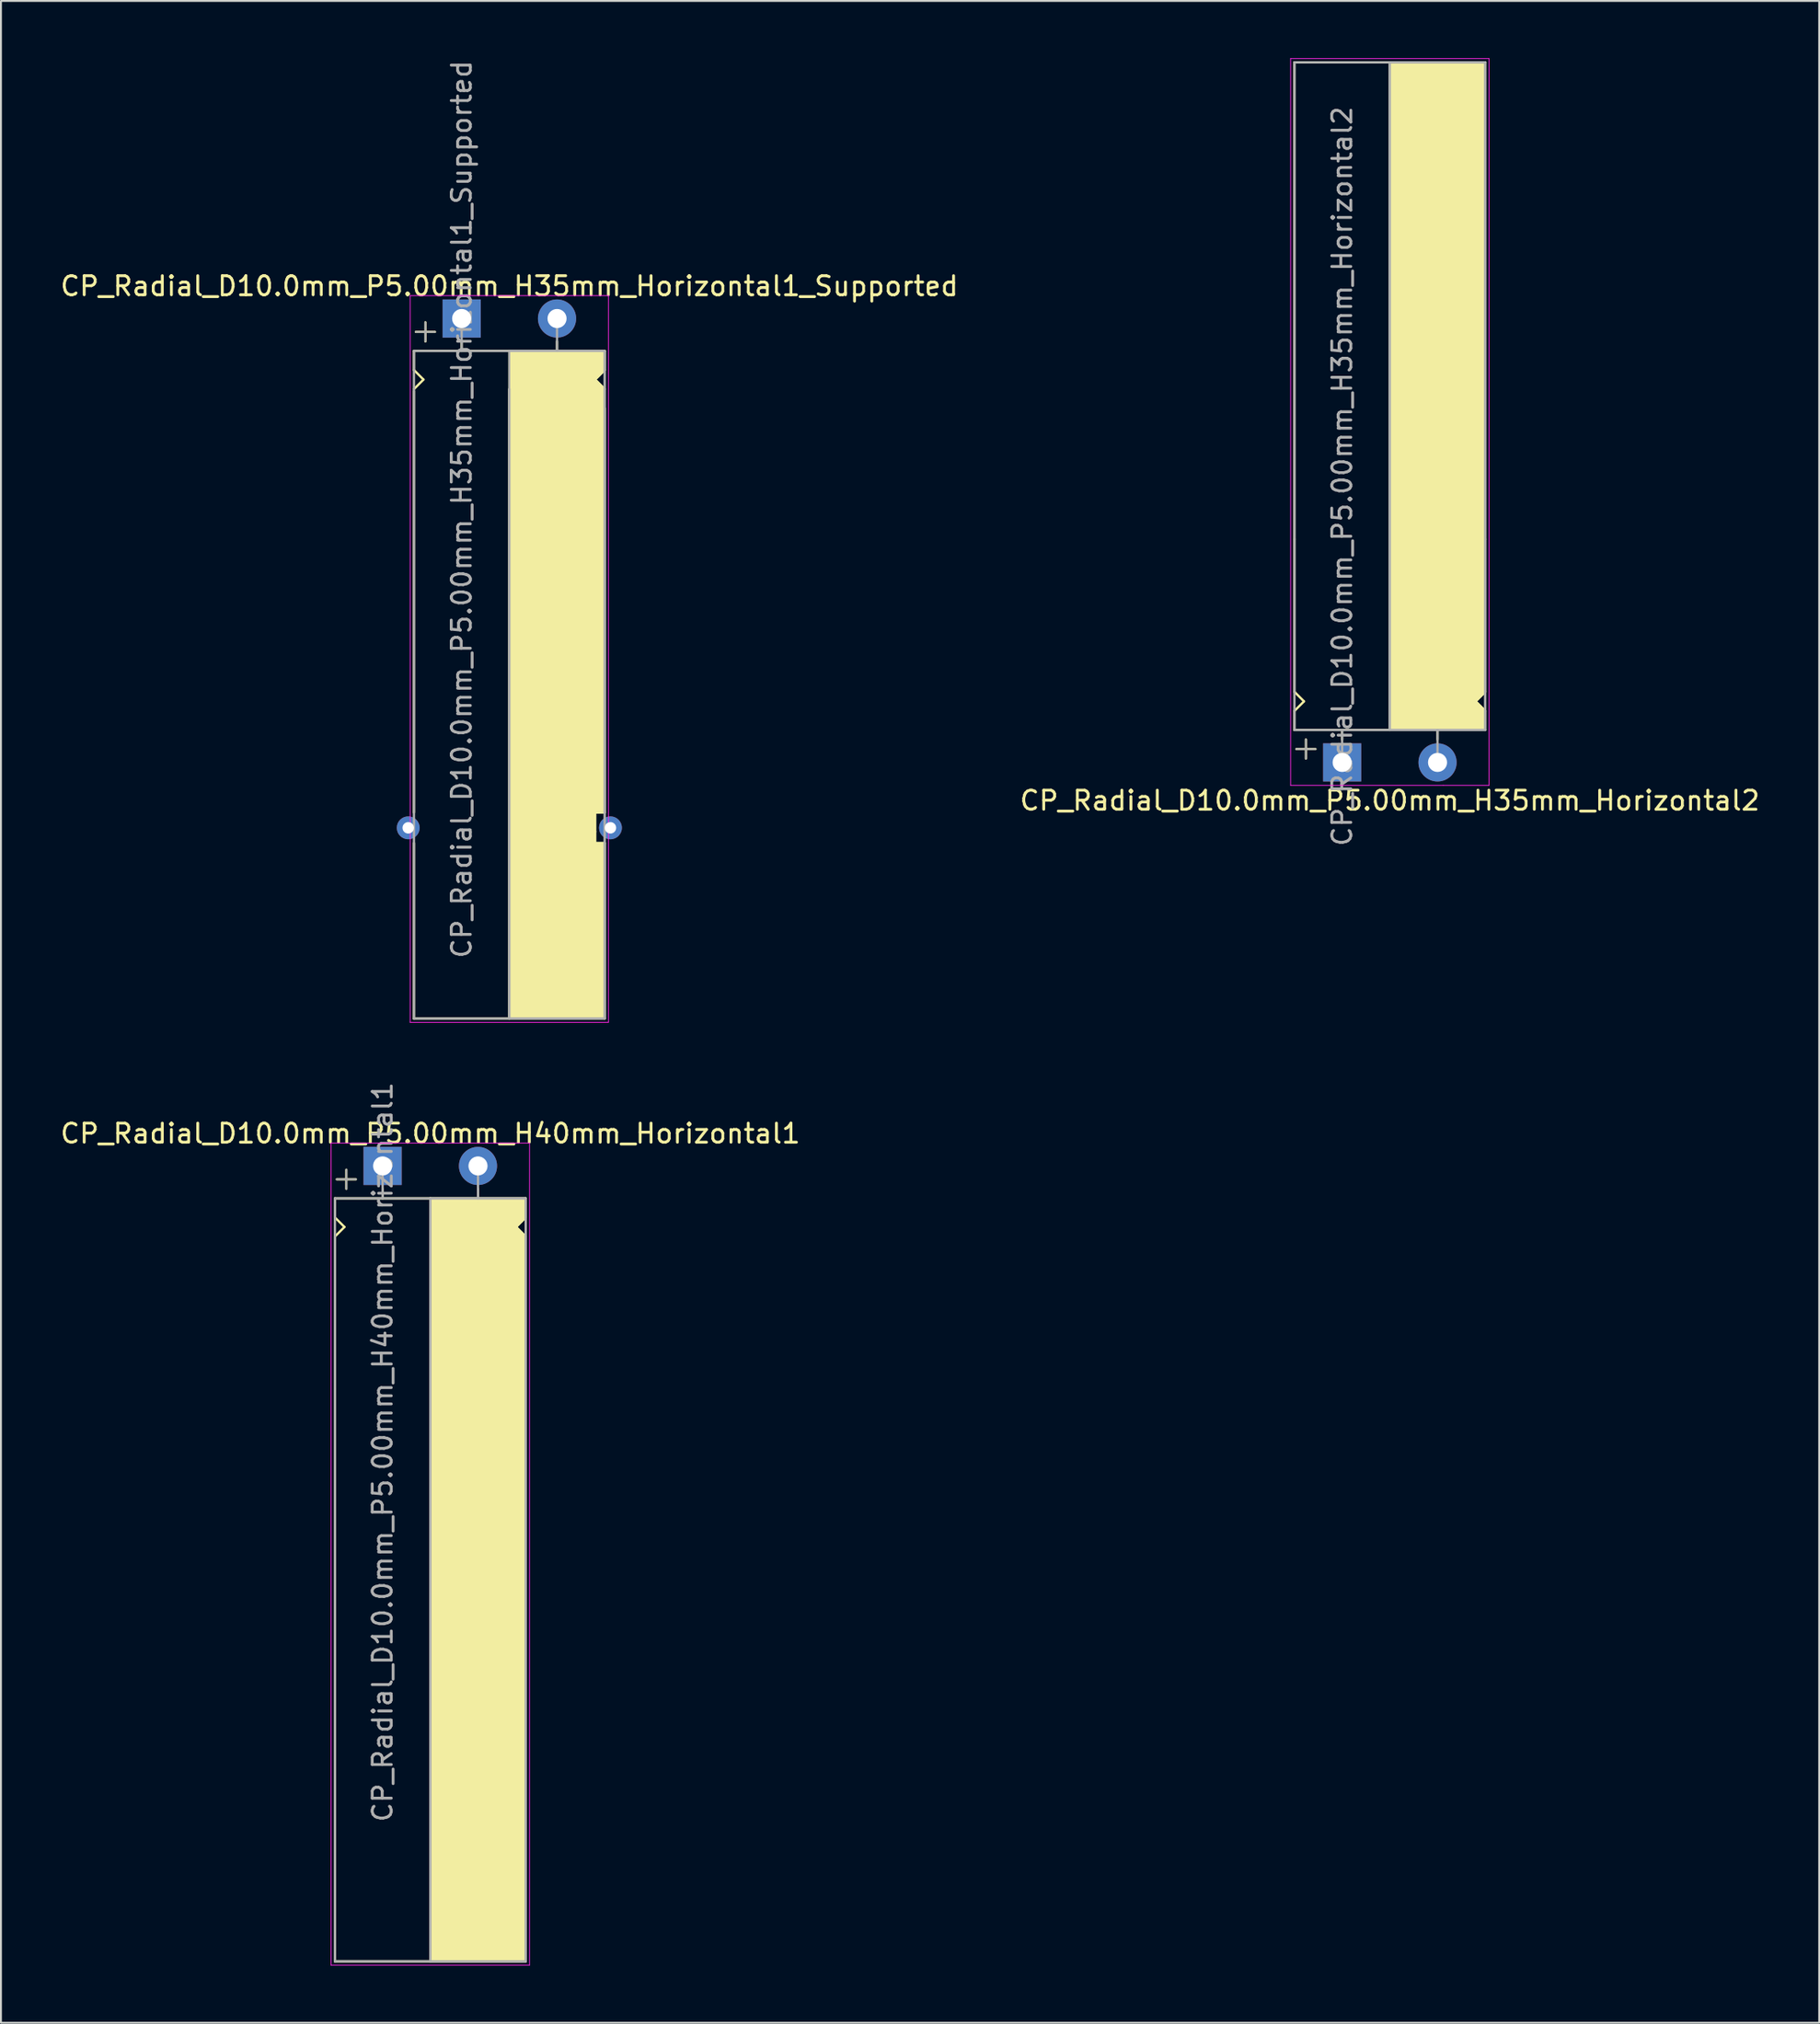
<source format=kicad_pcb>
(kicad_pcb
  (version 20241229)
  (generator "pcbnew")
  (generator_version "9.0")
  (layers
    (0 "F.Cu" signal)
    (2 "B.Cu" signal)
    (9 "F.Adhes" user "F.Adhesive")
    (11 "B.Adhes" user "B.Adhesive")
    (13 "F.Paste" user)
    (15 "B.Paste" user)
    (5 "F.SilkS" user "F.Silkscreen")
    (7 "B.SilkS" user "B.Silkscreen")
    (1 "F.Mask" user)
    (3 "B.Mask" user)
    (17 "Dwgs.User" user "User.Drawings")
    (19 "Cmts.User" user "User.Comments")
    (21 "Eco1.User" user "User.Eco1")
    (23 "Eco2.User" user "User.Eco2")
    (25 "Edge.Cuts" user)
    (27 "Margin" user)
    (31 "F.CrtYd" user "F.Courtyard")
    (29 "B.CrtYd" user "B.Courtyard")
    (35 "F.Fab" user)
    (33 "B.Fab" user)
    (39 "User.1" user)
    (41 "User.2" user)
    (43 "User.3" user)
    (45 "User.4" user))
  (footprint "CP_Radial_D10.0mm_P5.00mm_H35mm_Horizontal1_Supported"
    (layer "F.Cu")
    (at 21.149 13.649)
    (property "Reference" "CP_Radial_D10.0mm_P5.00mm_H35mm_Horizontal1_Supported" (at 2.5 -1.7 0) (layer "F.SilkS") (effects (font (size 1 1) (thickness 0.15))))
    (attr through_hole)
    (fp_line (start -2.5 1.7) (end -2.5 2.7) (stroke (width 0.12) (type solid)) (layer "F.SilkS"))
    (fp_line (start -2.5 2.7) (end -2 3.2) (stroke (width 0.12) (type solid)) (layer "F.SilkS"))
    (fp_line (start -2.5 3.8) (end -2.5 25.9) (stroke (width 0.12) (type solid)) (layer "F.SilkS"))
    (fp_line (start -2.5 27.5) (end -2.5 36.7) (stroke (width 0.12) (type solid)) (layer "F.SilkS"))
    (fp_line (start -2.5 36.7) (end 7.5 36.7) (stroke (width 0.12) (type solid)) (layer "F.SilkS"))
    (fp_line (start -2 3.2) (end -2.5 3.7) (stroke (width 0.12) (type solid)) (layer "F.SilkS"))
    (fp_line (start -1.9 0.2) (end -1.9 1.2) (stroke (width 0.12) (type solid)) (layer "F.SilkS"))
    (fp_line (start -1.4 0.7) (end -2.4 0.7) (stroke (width 0.12) (type solid)) (layer "F.SilkS"))
    (fp_line (start 0 1.7) (end 0 1.2) (stroke (width 0.12) (type solid)) (layer "F.SilkS"))
    (fp_line (start 2.5 1.7) (end -2.5 1.7) (stroke (width 0.12) (type solid)) (layer "F.SilkS"))
    (fp_line (start 2.5 36.7) (end 2.5 3.7) (stroke (width 0.12) (type solid)) (layer "F.SilkS"))
    (fp_line (start 5 1.7) (end 5 1.2) (stroke (width 0.12) (type solid)) (layer "F.SilkS"))
    (fp_line (start 7 3.2) (end 7.5 3.7) (stroke (width 0.12) (type solid)) (layer "F.SilkS"))
    (fp_line (start 7 25.9) (end 7.5 25.9) (stroke (width 0.12) (type solid)) (layer "F.SilkS"))
    (fp_line (start 7 26.9) (end 7 25.9) (stroke (width 0.12) (type solid)) (layer "F.SilkS"))
    (fp_line (start 7 27.5) (end 7 26.9) (stroke (width 0.12) (type solid)) (layer "F.SilkS"))
    (fp_line (start 7.5 1.7) (end 2.5 1.7) (stroke (width 0.12) (type solid)) (layer "F.SilkS"))
    (fp_line (start 7.5 1.7) (end 7.5 2.7) (stroke (width 0.12) (type solid)) (layer "F.SilkS"))
    (fp_line (start 7.5 2.7) (end 7 3.2) (stroke (width 0.12) (type solid)) (layer "F.SilkS"))
    (fp_line (start 7.5 4.7) (end 7.5 25.9) (stroke (width 0.12) (type solid)) (layer "F.SilkS"))
    (fp_line (start 7.5 27.5) (end 7 27.5) (stroke (width 0.12) (type solid)) (layer "F.SilkS"))
    (fp_line (start 7.5 27.5) (end 7.5 36.7) (stroke (width 0.12) (type solid)) (layer "F.SilkS"))
    (fp_poly (pts (xy 7.5 2.7) (xy 7 3.2) (xy 7.5 3.7) (xy 7.5 25.9) (xy 7 25.9) (xy 7 27.5) (xy 7.5 27.5) (xy 7.5 36.7) (xy 2.5 36.7) (xy 2.5 1.7) (xy 7.5 1.7)) (stroke (width 0.1) (type solid)) (fill yes) (layer "F.SilkS"))
    (fp_line (start -2.7 -1.2) (end 5.3 -1.2) (stroke (width 0.04) (type solid)) (layer "F.CrtYd"))
    (fp_line (start -2.7 36.9) (end -2.7 -1.2) (stroke (width 0.04) (type solid)) (layer "F.CrtYd"))
    (fp_line (start 5.3 -1.2) (end 7.7 -1.2) (stroke (width 0.04) (type solid)) (layer "F.CrtYd"))
    (fp_line (start 7.7 -1.2) (end 7.7 36.9) (stroke (width 0.04) (type solid)) (layer "F.CrtYd"))
    (fp_line (start 7.7 36.9) (end -2.7 36.9) (stroke (width 0.04) (type solid)) (layer "F.CrtYd"))
    (fp_line (start -2.5 1.7) (end -2.5 36.7) (stroke (width 0.12) (type solid)) (layer "F.Fab"))
    (fp_line (start -2.5 36.7) (end 7.5 36.7) (stroke (width 0.12) (type solid)) (layer "F.Fab"))
    (fp_line (start -2.4 0.7) (end -1.4 0.7) (stroke (width 0.1) (type solid)) (layer "F.Fab"))
    (fp_line (start -1.9 1.2) (end -1.9 0.2) (stroke (width 0.1) (type solid)) (layer "F.Fab"))
    (fp_line (start 0 1.7) (end 0 0) (stroke (width 0.12) (type solid)) (layer "F.Fab"))
    (fp_line (start 2.5 3.7) (end 2.5 36.7) (stroke (width 0.12) (type solid)) (layer "F.Fab"))
    (fp_line (start 5 1.7) (end 5 0) (stroke (width 0.12) (type solid)) (layer "F.Fab"))
    (fp_line (start 7.5 1.7) (end -2.5 1.7) (stroke (width 0.12) (type solid)) (layer "F.Fab"))
    (fp_line (start 7.5 36.7) (end 7.5 1.7) (stroke (width 0.12) (type solid)) (layer "F.Fab"))
    (fp_poly (pts (xy 7.5 36.7) (xy 2.5 36.7) (xy 2.5 1.7) (xy 7.5 1.7)) (stroke (width 0.1) (type solid)) (fill no) (layer "F.Fab"))
    (fp_text user "${REFERENCE}" (at 0 10 90) (layer "F.Fab") (effects (font (size 1 1) (thickness 0.15))))
    (pad "" thru_hole circle (at -2.8 26.7) (size 1.2 1.2) (drill 0.6) (layers "*.Cu" "*.Mask"))
    (pad "" thru_hole circle (at 7.8 26.7) (size 1.2 1.2) (drill 0.6) (layers "*.Cu" "*.Mask"))
    (pad "1" thru_hole rect (at 0 0) (size 2 2) (drill 1) (layers "*.Cu" "*.Mask"))
    (pad "2" thru_hole circle (at 5 0) (size 2 2) (drill 1) (layers "*.Cu" "*.Mask")))
  (footprint "CP_Radial_D10.0mm_P5.00mm_H35mm_Horizontal2"
    (layer "F.Cu")
    (at 67.304 36.92)
    (property "Reference" "CP_Radial_D10.0mm_P5.00mm_H35mm_Horizontal2" (at 2.5 2 0) (layer "F.SilkS") (effects (font (size 1 1) (thickness 0.15))))
    (attr through_hole)
    (fp_line (start -2.5 -36.7) (end 7.5 -36.7) (stroke (width 0.12) (type solid)) (layer "F.SilkS"))
    (fp_line (start -2.5 -11.7) (end -2.5 -36.7) (stroke (width 0.12) (type solid)) (layer "F.SilkS"))
    (fp_line (start -2.5 -3.7) (end -2.5 -11.7) (stroke (width 0.12) (type solid)) (layer "F.SilkS"))
    (fp_line (start -2.5 -2.7) (end -2 -3.2) (stroke (width 0.12) (type solid)) (layer "F.SilkS"))
    (fp_line (start -2.5 -1.7) (end -2.5 -2.7) (stroke (width 0.12) (type solid)) (layer "F.SilkS"))
    (fp_line (start -2 -3.2) (end -2.5 -3.7) (stroke (width 0.12) (type solid)) (layer "F.SilkS"))
    (fp_line (start -1.9 -1.2) (end -1.9 -0.2) (stroke (width 0.12) (type solid)) (layer "F.SilkS"))
    (fp_line (start -1.4 -0.7) (end -2.4 -0.7) (stroke (width 0.12) (type solid)) (layer "F.SilkS"))
    (fp_line (start 0 -1.7) (end 0 -1.2) (stroke (width 0.12) (type solid)) (layer "F.SilkS"))
    (fp_line (start 2.5 -36.7) (end 2.5 -1.7) (stroke (width 0.12) (type solid)) (layer "F.SilkS"))
    (fp_line (start 2.5 -1.7) (end -2.5 -1.7) (stroke (width 0.12) (type solid)) (layer "F.SilkS"))
    (fp_line (start 5 -1.7) (end 5 -1.2) (stroke (width 0.12) (type solid)) (layer "F.SilkS"))
    (fp_line (start 7 -3.2) (end 7.5 -3.7) (stroke (width 0.12) (type solid)) (layer "F.SilkS"))
    (fp_line (start 7.5 -11.7) (end 7.5 -36.7) (stroke (width 0.12) (type solid)) (layer "F.SilkS"))
    (fp_line (start 7.5 -3.7) (end 7.5 -11.7) (stroke (width 0.12) (type solid)) (layer "F.SilkS"))
    (fp_line (start 7.5 -2.7) (end 7 -3.2) (stroke (width 0.12) (type solid)) (layer "F.SilkS"))
    (fp_line (start 7.5 -1.7) (end 2.5 -1.7) (stroke (width 0.12) (type solid)) (layer "F.SilkS"))
    (fp_line (start 7.5 -1.7) (end 7.5 -2.7) (stroke (width 0.12) (type solid)) (layer "F.SilkS"))
    (fp_poly (pts (xy 7.5 -2.7) (xy 7 -3.2) (xy 7.5 -3.7) (xy 7.5 -36.7) (xy 2.5 -36.7) (xy 2.5 -1.7) (xy 7.5 -1.7)) (stroke (width 0.1) (type solid)) (fill yes) (layer "F.SilkS"))
    (fp_line (start -2.7 -36.9) (end -2.7 1.2) (stroke (width 0.04) (type solid)) (layer "F.CrtYd"))
    (fp_line (start -2.7 1.2) (end 5.3 1.2) (stroke (width 0.04) (type solid)) (layer "F.CrtYd"))
    (fp_line (start 5.3 1.2) (end 7.7 1.2) (stroke (width 0.04) (type solid)) (layer "F.CrtYd"))
    (fp_line (start 7.7 -36.9) (end -2.7 -36.9) (stroke (width 0.04) (type solid)) (layer "F.CrtYd"))
    (fp_line (start 7.7 1.2) (end 7.7 -36.9) (stroke (width 0.04) (type solid)) (layer "F.CrtYd"))
    (fp_line (start -2.5 -36.7) (end 7.5 -36.7) (stroke (width 0.12) (type solid)) (layer "F.Fab"))
    (fp_line (start -2.5 -1.7) (end -2.5 -36.7) (stroke (width 0.12) (type solid)) (layer "F.Fab"))
    (fp_line (start -2.4 -0.7) (end -1.4 -0.7) (stroke (width 0.1) (type solid)) (layer "F.Fab"))
    (fp_line (start -1.9 -0.2) (end -1.9 -1.2) (stroke (width 0.1) (type solid)) (layer "F.Fab"))
    (fp_line (start 0 -1.7) (end 0 0) (stroke (width 0.12) (type solid)) (layer "F.Fab"))
    (fp_line (start 2.5 -1.7) (end 2.5 -36.7) (stroke (width 0.12) (type solid)) (layer "F.Fab"))
    (fp_line (start 5 -1.7) (end 5 0) (stroke (width 0.12) (type solid)) (layer "F.Fab"))
    (fp_line (start 7.5 -36.7) (end 7.5 -1.7) (stroke (width 0.12) (type solid)) (layer "F.Fab"))
    (fp_line (start 7.5 -1.7) (end -2.5 -1.7) (stroke (width 0.12) (type solid)) (layer "F.Fab"))
    (fp_poly (pts (xy 7.5 -36.7) (xy 2.5 -36.7) (xy 2.5 -1.7) (xy 7.5 -1.7)) (stroke (width 0.1) (type solid)) (fill no) (layer "F.Fab"))
    (fp_text user "${REFERENCE}" (at 0 -15 90) (layer "F.Fab") (effects (font (size 1 1) (thickness 0.15))))
    (pad "1" thru_hole rect (at 0 0) (size 2 2) (drill 1) (layers "*.Cu" "*.Mask"))
    (pad "2" thru_hole circle (at 5 0) (size 2 2) (drill 1) (layers "*.Cu" "*.Mask")))
  (footprint "CP_Radial_D10.0mm_P5.00mm_H40mm_Horizontal1"
    (layer "F.Cu")
    (at 17.006 58.075)
    (property "Reference" "CP_Radial_D10.0mm_P5.00mm_H40mm_Horizontal1" (at 2.5 -1.7 0) (layer "F.SilkS") (effects (font (size 1 1) (thickness 0.15))))
    (attr through_hole)
    (fp_line (start -2.5 1.7) (end -2.5 2.7) (stroke (width 0.12) (type solid)) (layer "F.SilkS"))
    (fp_line (start -2.5 2.7) (end -2 3.2) (stroke (width 0.12) (type solid)) (layer "F.SilkS"))
    (fp_line (start -2.5 3.7) (end -2.5 11.7) (stroke (width 0.12) (type solid)) (layer "F.SilkS"))
    (fp_line (start -2.5 11.7) (end -2.5 41.7) (stroke (width 0.12) (type solid)) (layer "F.SilkS"))
    (fp_line (start -2.5 41.7) (end 7.5 41.7) (stroke (width 0.12) (type solid)) (layer "F.SilkS"))
    (fp_line (start -2 3.2) (end -2.5 3.7) (stroke (width 0.12) (type solid)) (layer "F.SilkS"))
    (fp_line (start -1.9 0.2) (end -1.9 1.2) (stroke (width 0.12) (type solid)) (layer "F.SilkS"))
    (fp_line (start -1.4 0.7) (end -2.4 0.7) (stroke (width 0.12) (type solid)) (layer "F.SilkS"))
    (fp_line (start 0 1.7) (end 0 1.2) (stroke (width 0.12) (type solid)) (layer "F.SilkS"))
    (fp_line (start 2.5 1.7) (end -2.5 1.7) (stroke (width 0.12) (type solid)) (layer "F.SilkS"))
    (fp_line (start 2.5 41.7) (end 2.5 1.7) (stroke (width 0.12) (type solid)) (layer "F.SilkS"))
    (fp_line (start 5 1.7) (end 5 1.2) (stroke (width 0.12) (type solid)) (layer "F.SilkS"))
    (fp_line (start 7 3.2) (end 7.5 3.7) (stroke (width 0.12) (type solid)) (layer "F.SilkS"))
    (fp_line (start 7.5 1.7) (end 2.5 1.7) (stroke (width 0.12) (type solid)) (layer "F.SilkS"))
    (fp_line (start 7.5 1.7) (end 7.5 2.7) (stroke (width 0.12) (type solid)) (layer "F.SilkS"))
    (fp_line (start 7.5 2.7) (end 7 3.2) (stroke (width 0.12) (type solid)) (layer "F.SilkS"))
    (fp_line (start 7.5 3.7) (end 7.5 11.7) (stroke (width 0.12) (type solid)) (layer "F.SilkS"))
    (fp_line (start 7.5 11.7) (end 7.5 41.7) (stroke (width 0.12) (type solid)) (layer "F.SilkS"))
    (fp_poly (pts (xy 7.5 2.7) (xy 7 3.2) (xy 7.5 3.7) (xy 7.5 41.7) (xy 2.5 41.7) (xy 2.5 1.7) (xy 7.5 1.7)) (stroke (width 0.1) (type solid)) (fill yes) (layer "F.SilkS"))
    (fp_line (start -2.7 -1.2) (end 5.3 -1.2) (stroke (width 0.04) (type solid)) (layer "F.CrtYd"))
    (fp_line (start -2.7 41.9) (end -2.7 -1.2) (stroke (width 0.04) (type solid)) (layer "F.CrtYd"))
    (fp_line (start 5.3 -1.2) (end 7.7 -1.2) (stroke (width 0.04) (type solid)) (layer "F.CrtYd"))
    (fp_line (start 7.7 -1.2) (end 7.7 41.9) (stroke (width 0.04) (type solid)) (layer "F.CrtYd"))
    (fp_line (start 7.7 41.9) (end -2.7 41.9) (stroke (width 0.04) (type solid)) (layer "F.CrtYd"))
    (fp_line (start -2.5 1.7) (end -2.5 41.7) (stroke (width 0.12) (type solid)) (layer "F.Fab"))
    (fp_line (start -2.5 41.7) (end 7.5 41.7) (stroke (width 0.12) (type solid)) (layer "F.Fab"))
    (fp_line (start -2.4 0.7) (end -1.4 0.7) (stroke (width 0.1) (type solid)) (layer "F.Fab"))
    (fp_line (start -1.9 1.2) (end -1.9 0.2) (stroke (width 0.1) (type solid)) (layer "F.Fab"))
    (fp_line (start 0 1.7) (end 0 0) (stroke (width 0.12) (type solid)) (layer "F.Fab"))
    (fp_line (start 2.5 1.7) (end 2.5 41.7) (stroke (width 0.12) (type solid)) (layer "F.Fab"))
    (fp_line (start 5 1.7) (end 5 0) (stroke (width 0.12) (type solid)) (layer "F.Fab"))
    (fp_line (start 7.5 1.7) (end -2.5 1.7) (stroke (width 0.12) (type solid)) (layer "F.Fab"))
    (fp_line (start 7.5 41.7) (end 7.5 1.7) (stroke (width 0.12) (type solid)) (layer "F.Fab"))
    (fp_poly (pts (xy 7.5 41.7) (xy 2.5 41.7) (xy 2.5 1.7) (xy 7.5 1.7)) (stroke (width 0.1) (type solid)) (fill no) (layer "F.Fab"))
    (fp_text user "${REFERENCE}" (at 0 15 90) (layer "F.Fab") (effects (font (size 1 1) (thickness 0.15))))
    (pad "1" thru_hole rect (at 0 0) (size 2 2) (drill 1) (layers "*.Cu" "*.Mask"))
    (pad "2" thru_hole circle (at 5 0) (size 2 2) (drill 1) (layers "*.Cu" "*.Mask")))
  (gr_rect
    (start -3 -3)
    (end 92.31 102.995)
    (stroke (width 0.1) (type default))
    (fill no)
    (layer "Edge.Cuts")))
</source>
